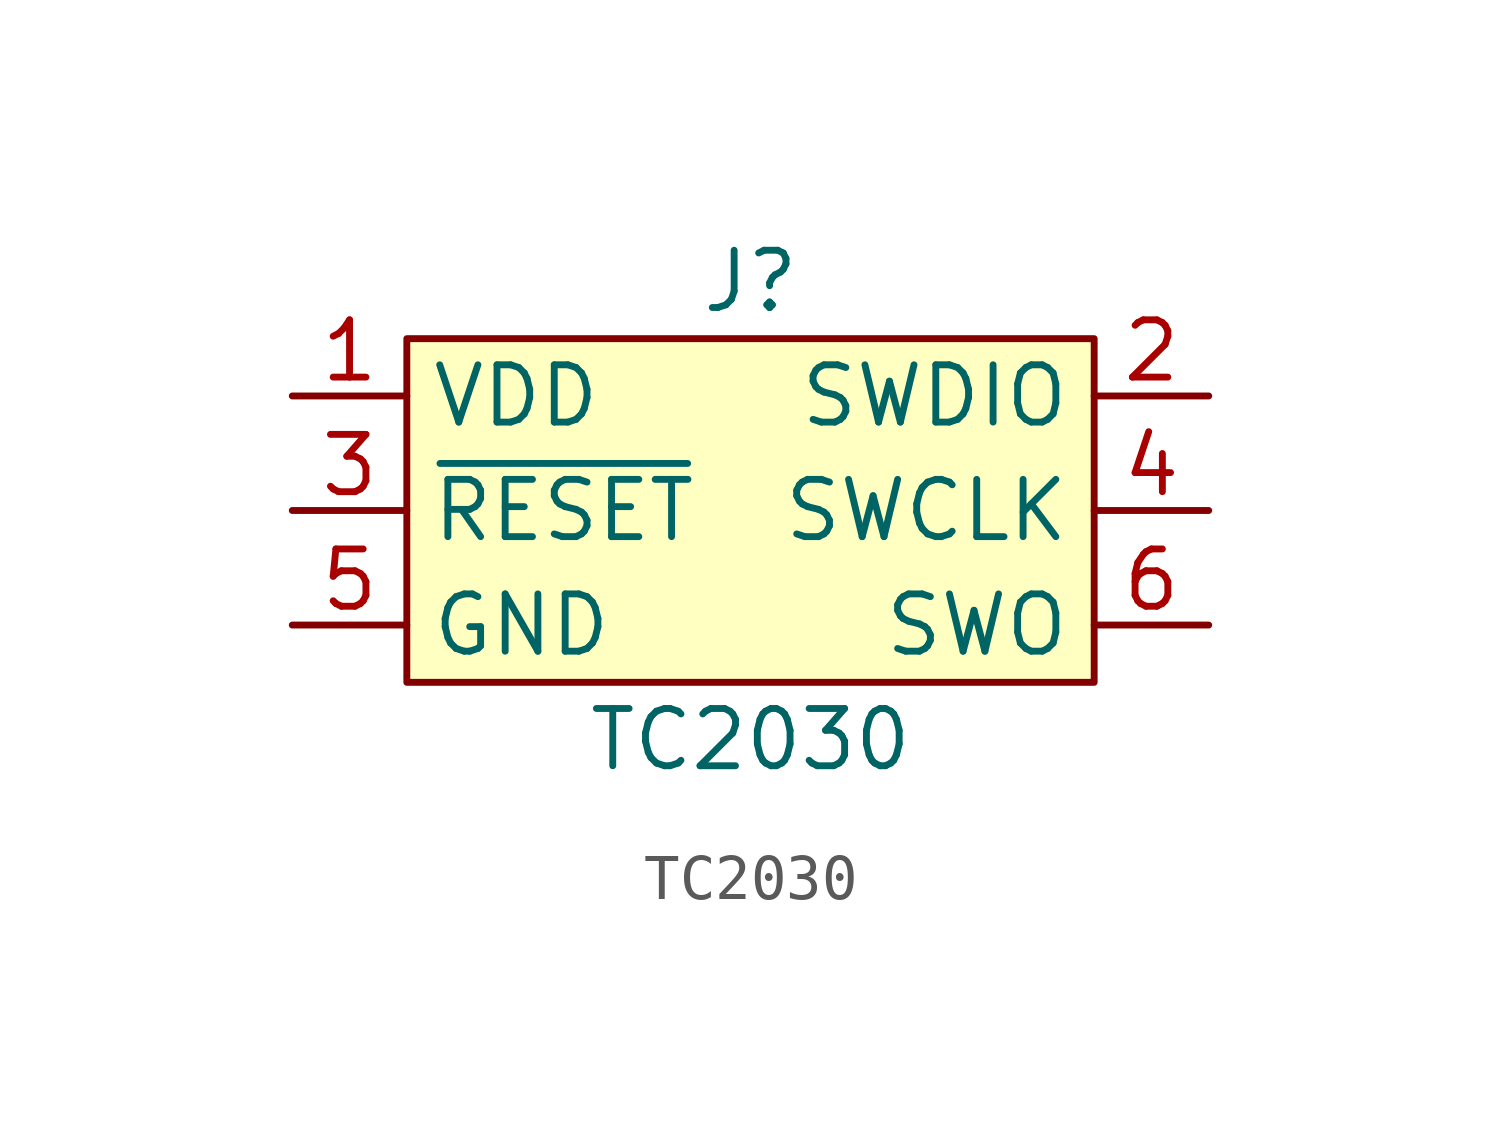
<source format=kicad_sym>
(kicad_symbol_lib
  (version 20211014)
  (generator kicad_symbol_editor)
  (symbol "TC2030"
    (property "Reference" "J"
      (at 0 5.08 0)
      (effects (font (size 1.27 1.27))))
    (property "Value" "TC2030"
      (at 0 -5.08 0)
      (effects (font (size 1.27 1.27))))
    (symbol "TC2030_0_1"
      (rectangle (start -7.62 3.81) (end 7.62 -3.81) (stroke (width 0) (type default) (color 0 0 0 0)) (fill (type background))))
    (symbol "TC2030_1_1"
      (pin power_in line (at -10.16 2.54 0) (length 2.54) (name "VDD" (effects (font (size 1.27 1.27)))) (number "1" (effects (font (size 1.27 1.27)))))
      (pin power_in line (at 10.16 2.54 180) (length 2.54) (name "SWDIO" (effects (font (size 1.27 1.27)))) (number "2" (effects (font (size 1.27 1.27)))))
      (pin power_in line (at -10.16 0 0) (length 2.54) (name "~{RESET}" (effects (font (size 1.27 1.27)))) (number "3" (effects (font (size 1.27 1.27)))))
      (pin power_in line (at 10.16 0 180) (length 2.54) (name "SWCLK" (effects (font (size 1.27 1.27)))) (number "4" (effects (font (size 1.27 1.27)))))
      (pin power_in line (at -10.16 -2.54 0) (length 2.54) (name "GND" (effects (font (size 1.27 1.27)))) (number "5" (effects (font (size 1.27 1.27)))))
      (pin bidirectional line (at 10.16 -2.54 180) (length 2.54) (name "SWO" (effects (font (size 1.27 1.27)))) (number "6" (effects (font (size 1.27 1.27))))))))
</source>
